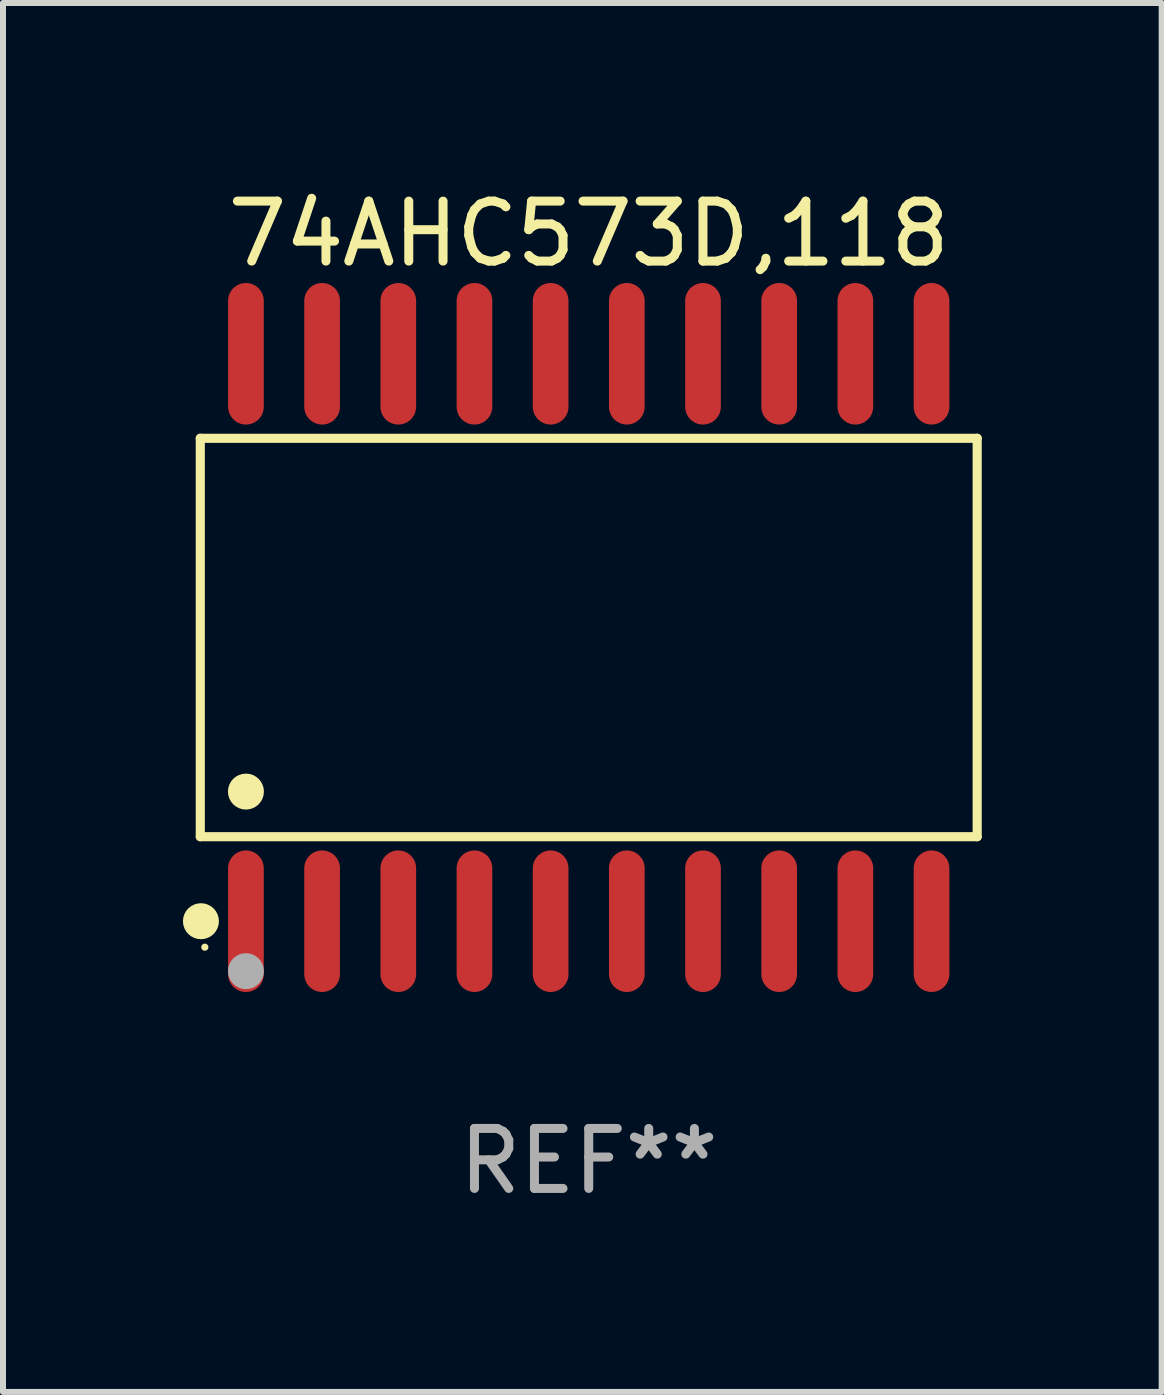
<source format=kicad_pcb>
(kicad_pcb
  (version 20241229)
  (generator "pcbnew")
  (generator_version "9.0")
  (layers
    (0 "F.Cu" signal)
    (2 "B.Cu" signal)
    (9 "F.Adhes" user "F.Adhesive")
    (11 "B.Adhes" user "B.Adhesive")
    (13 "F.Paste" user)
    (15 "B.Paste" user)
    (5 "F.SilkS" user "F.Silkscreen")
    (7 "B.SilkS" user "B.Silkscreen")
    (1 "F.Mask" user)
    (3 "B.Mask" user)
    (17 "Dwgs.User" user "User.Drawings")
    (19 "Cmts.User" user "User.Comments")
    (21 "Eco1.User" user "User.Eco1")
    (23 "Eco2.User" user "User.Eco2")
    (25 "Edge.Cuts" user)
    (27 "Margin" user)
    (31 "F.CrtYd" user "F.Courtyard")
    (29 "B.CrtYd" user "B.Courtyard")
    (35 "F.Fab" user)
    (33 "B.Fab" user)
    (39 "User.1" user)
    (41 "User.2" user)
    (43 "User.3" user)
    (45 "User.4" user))
  (footprint "74AHC573D,118"
    (layer "F.Cu")
    (at 6.765 7.578)
    (property "Reference" "74AHC573D,118" (at 0 -6.73 0) (layer "F.SilkS") (effects (font (size 1 1) (thickness 0.15))))
    (attr through_hole)
    (fp_line (start -6.476 -3.321) (end 6.476 -3.321) (stroke (width 0.152) (type solid)) (layer "F.SilkS"))
    (fp_line (start -6.476 3.321) (end -6.476 -3.321) (stroke (width 0.152) (type solid)) (layer "F.SilkS"))
    (fp_line (start 6.476 -3.321) (end 6.476 3.321) (stroke (width 0.152) (type solid)) (layer "F.SilkS"))
    (fp_line (start 6.476 3.321) (end -6.476 3.321) (stroke (width 0.152) (type solid)) (layer "F.SilkS"))
    (fp_circle (center -6.465 4.73) (end -6.315 4.73) (stroke (width 0.3) (type solid)) (fill no) (layer "F.SilkS"))
    (fp_circle (center -6.4 5.163) (end -6.37 5.163) (stroke (width 0.06) (type solid)) (fill no) (layer "F.SilkS"))
    (fp_circle (center -5.715 2.569) (end -5.565 2.569) (stroke (width 0.3) (type solid)) (fill no) (layer "F.SilkS"))
    (fp_circle (center -5.715 5.563) (end -5.565 5.563) (stroke (width 0.3) (type solid)) (fill no) (layer "F.Fab"))
    (fp_text user "REF**" (at 0 8.73 0) (layer "F.Fab") (effects (font (size 1 1) (thickness 0.15))))
    (pad "1" smd oval (at -5.715 4.73) (size 0.595 2.36) (layers "F.Cu" "F.Mask" "F.Paste"))
    (pad "2" smd oval (at -4.445 4.73) (size 0.595 2.36) (layers "F.Cu" "F.Mask" "F.Paste"))
    (pad "3" smd oval (at -3.175 4.73) (size 0.595 2.36) (layers "F.Cu" "F.Mask" "F.Paste"))
    (pad "4" smd oval (at -1.905 4.73) (size 0.595 2.36) (layers "F.Cu" "F.Mask" "F.Paste"))
    (pad "5" smd oval (at -0.635 4.73) (size 0.595 2.36) (layers "F.Cu" "F.Mask" "F.Paste"))
    (pad "6" smd oval (at 0.635 4.73) (size 0.595 2.36) (layers "F.Cu" "F.Mask" "F.Paste"))
    (pad "7" smd oval (at 1.905 4.73) (size 0.595 2.36) (layers "F.Cu" "F.Mask" "F.Paste"))
    (pad "8" smd oval (at 3.175 4.73) (size 0.595 2.36) (layers "F.Cu" "F.Mask" "F.Paste"))
    (pad "9" smd oval (at 4.445 4.73) (size 0.595 2.36) (layers "F.Cu" "F.Mask" "F.Paste"))
    (pad "10" smd oval (at 5.715 4.73) (size 0.595 2.36) (layers "F.Cu" "F.Mask" "F.Paste"))
    (pad "11" smd oval (at 5.715 -4.73) (size 0.595 2.36) (layers "F.Cu" "F.Mask" "F.Paste"))
    (pad "12" smd oval (at 4.445 -4.73) (size 0.595 2.36) (layers "F.Cu" "F.Mask" "F.Paste"))
    (pad "13" smd oval (at 3.175 -4.73) (size 0.595 2.36) (layers "F.Cu" "F.Mask" "F.Paste"))
    (pad "14" smd oval (at 1.905 -4.73) (size 0.595 2.36) (layers "F.Cu" "F.Mask" "F.Paste"))
    (pad "15" smd oval (at 0.635 -4.73) (size 0.595 2.36) (layers "F.Cu" "F.Mask" "F.Paste"))
    (pad "16" smd oval (at -0.635 -4.73) (size 0.595 2.36) (layers "F.Cu" "F.Mask" "F.Paste"))
    (pad "17" smd oval (at -1.905 -4.73) (size 0.595 2.36) (layers "F.Cu" "F.Mask" "F.Paste"))
    (pad "18" smd oval (at -3.175 -4.73) (size 0.595 2.36) (layers "F.Cu" "F.Mask" "F.Paste"))
    (pad "19" smd oval (at -4.445 -4.73) (size 0.595 2.36) (layers "F.Cu" "F.Mask" "F.Paste"))
    (pad "20" smd oval (at -5.715 -4.73) (size 0.595 2.36) (layers "F.Cu" "F.Mask" "F.Paste")))
  (gr_rect
    (start -3 -3)
    (end 16.317 20.156)
    (stroke (width 0.1) (type default))
    (fill no)
    (layer "Edge.Cuts")))
</source>
